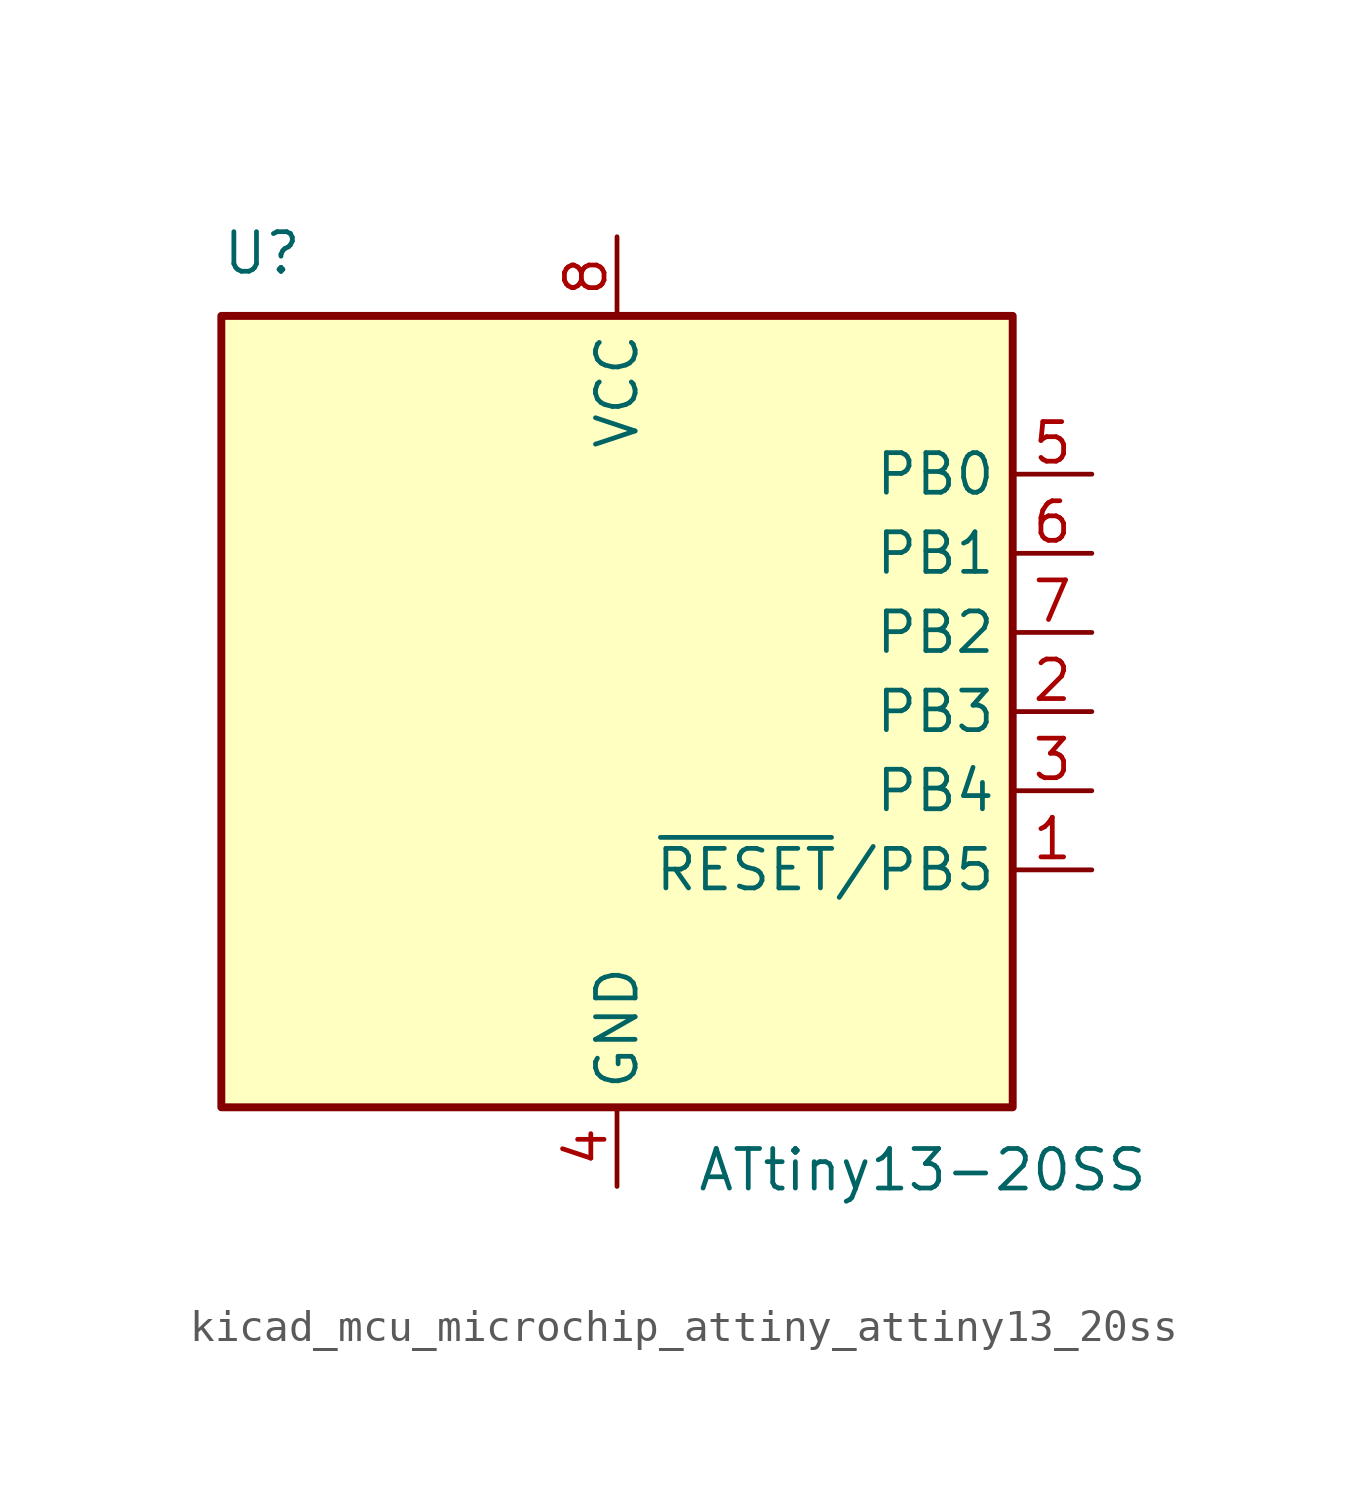
<source format=kicad_sym>
(kicad_symbol_lib
  (version 20220914)
  (generator kicad_symbol_editor)
  (symbol "kicad_mcu_microchip_attiny_attiny13_20ss"
    (property "Reference" "U"
      (at -12.7 13.97 0)
      (effects (font (size 1.27 1.27)) (justify left bottom)))
    (property "Value" "ATtiny13-20SS"
      (at 2.54 -13.97 0)
      (effects (font (size 1.27 1.27)) (justify left top)))
    (symbol "kicad_mcu_microchip_attiny_attiny13_20ss_0_1"
      (rectangle (start -12.7 -12.7) (end 12.7 12.7) (stroke (width 0.254) (type default)) (fill (type background))))
    (symbol "kicad_mcu_microchip_attiny_attiny13_20ss_1_1"
      (pin bidirectional line (at 15.24 -5.08 180) (length 2.54) (name "~{RESET}/PB5" (effects (font (size 1.27 1.27)))) (number "1" (effects (font (size 1.27 1.27)))))
      (pin bidirectional line (at 15.24 0 180) (length 2.54) (name "PB3" (effects (font (size 1.27 1.27)))) (number "2" (effects (font (size 1.27 1.27)))))
      (pin bidirectional line (at 15.24 -2.54 180) (length 2.54) (name "PB4" (effects (font (size 1.27 1.27)))) (number "3" (effects (font (size 1.27 1.27)))))
      (pin power_in line (at 0 -15.24 90) (length 2.54) (name "GND" (effects (font (size 1.27 1.27)))) (number "4" (effects (font (size 1.27 1.27)))))
      (pin bidirectional line (at 15.24 7.62 180) (length 2.54) (name "PB0" (effects (font (size 1.27 1.27)))) (number "5" (effects (font (size 1.27 1.27)))))
      (pin bidirectional line (at 15.24 5.08 180) (length 2.54) (name "PB1" (effects (font (size 1.27 1.27)))) (number "6" (effects (font (size 1.27 1.27)))))
      (pin bidirectional line (at 15.24 2.54 180) (length 2.54) (name "PB2" (effects (font (size 1.27 1.27)))) (number "7" (effects (font (size 1.27 1.27)))))
      (pin power_in line (at 0 15.24 270) (length 2.54) (name "VCC" (effects (font (size 1.27 1.27)))) (number "8" (effects (font (size 1.27 1.27))))))))
</source>
